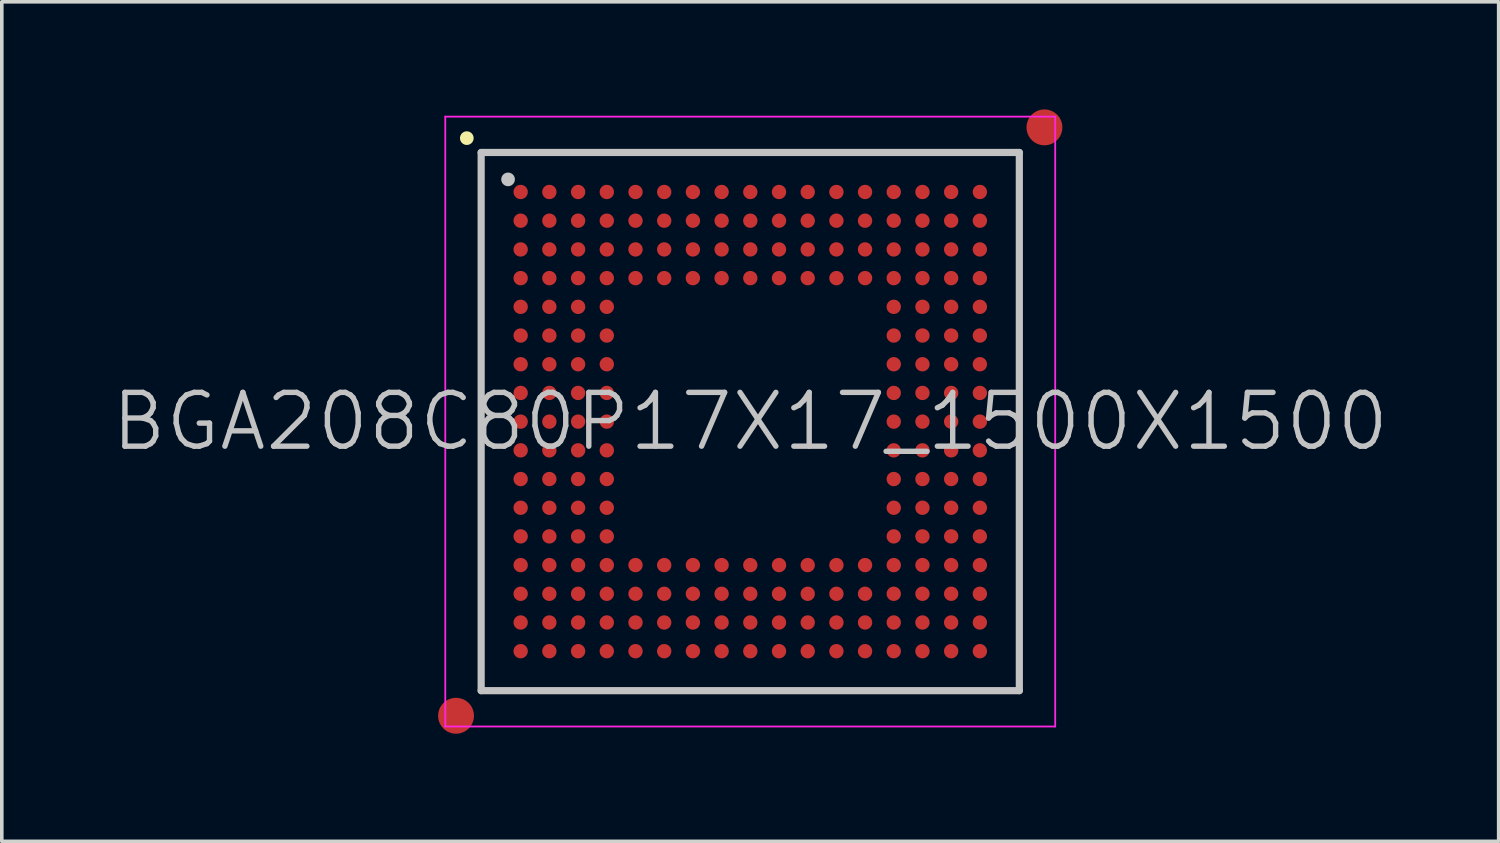
<source format=kicad_pcb>
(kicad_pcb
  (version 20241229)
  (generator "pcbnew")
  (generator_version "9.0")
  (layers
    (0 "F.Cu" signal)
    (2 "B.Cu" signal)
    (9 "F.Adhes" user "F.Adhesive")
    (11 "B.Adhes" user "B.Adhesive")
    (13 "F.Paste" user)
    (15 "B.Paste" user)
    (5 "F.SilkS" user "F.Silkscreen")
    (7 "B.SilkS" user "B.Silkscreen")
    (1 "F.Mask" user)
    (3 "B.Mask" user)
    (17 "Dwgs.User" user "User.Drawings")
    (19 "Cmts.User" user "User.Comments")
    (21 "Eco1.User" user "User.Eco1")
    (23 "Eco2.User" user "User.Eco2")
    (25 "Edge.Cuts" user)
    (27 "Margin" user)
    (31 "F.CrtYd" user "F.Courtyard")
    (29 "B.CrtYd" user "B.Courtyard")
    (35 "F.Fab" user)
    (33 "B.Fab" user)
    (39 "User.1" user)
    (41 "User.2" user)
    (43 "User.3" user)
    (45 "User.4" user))
  (footprint "BGA208C80P17X17_1500X1500"
    (layer "F.Cu")
    (at 17.861 8.7)
    (property "Reference" "BGA208C80P17X17_1500X1500" (at 0 0 0) (layer "Dwgs.User") (effects (font (size 1.5 1.5) (thickness 0.15))))
    (attr smd)
    (fp_line (start -7.9 -7.9) (end -7.9 -7.9) (stroke (width 0.381) (type solid)) (layer "F.SilkS"))
    (fp_line (start -7.5 -7.5) (end -7.5 7.5) (stroke (width 0.2) (type solid)) (layer "Dwgs.User"))
    (fp_line (start -7.5 -7.5) (end 7.5 -7.5) (stroke (width 0.2) (type solid)) (layer "Dwgs.User"))
    (fp_line (start -7.5 7.5) (end 7.5 7.5) (stroke (width 0.2) (type solid)) (layer "Dwgs.User"))
    (fp_line (start -6.75 -6.75) (end -6.75 -6.75) (stroke (width 0.381) (type solid)) (layer "Dwgs.User"))
    (fp_line (start 7.5 -7.5) (end 7.5 7.5) (stroke (width 0.2) (type solid)) (layer "Dwgs.User"))
    (fp_line (start -8.5 -8.5) (end -8.5 8.5) (stroke (width 0.05) (type solid)) (layer "F.CrtYd"))
    (fp_line (start -8.5 -8.5) (end 8.5 -8.5) (stroke (width 0.05) (type solid)) (layer "F.CrtYd"))
    (fp_line (start -8.5 8.5) (end 8.5 8.5) (stroke (width 0.05) (type solid)) (layer "F.CrtYd"))
    (fp_line (start 8.5 -8.5) (end 8.5 8.5) (stroke (width 0.05) (type solid)) (layer "F.CrtYd"))
    (pad "" smd circle (at -8.2 8.2) (size 1 1) (layers "F.Cu" "F.Mask"))
    (pad "" smd circle (at 8.2 -8.2) (size 1 1) (layers "F.Cu" "F.Mask"))
    (pad "A1" smd circle (at -6.399 -6.399) (size 0.4 0.4) (layers "F.Cu" "F.Mask" "F.Paste"))
    (pad "A2" smd circle (at -5.599 -6.399) (size 0.4 0.4) (layers "F.Cu" "F.Mask" "F.Paste"))
    (pad "A3" smd circle (at -4.798 -6.399) (size 0.4 0.4) (layers "F.Cu" "F.Mask" "F.Paste"))
    (pad "A4" smd circle (at -3.998 -6.399) (size 0.4 0.4) (layers "F.Cu" "F.Mask" "F.Paste"))
    (pad "A5" smd circle (at -3.198 -6.399) (size 0.4 0.4) (layers "F.Cu" "F.Mask" "F.Paste"))
    (pad "A6" smd circle (at -2.398 -6.399) (size 0.4 0.4) (layers "F.Cu" "F.Mask" "F.Paste"))
    (pad "A7" smd circle (at -1.598 -6.399) (size 0.4 0.4) (layers "F.Cu" "F.Mask" "F.Paste"))
    (pad "A8" smd circle (at -0.798 -6.399) (size 0.4 0.4) (layers "F.Cu" "F.Mask" "F.Paste"))
    (pad "A9" smd circle (at 0.002 -6.399) (size 0.4 0.4) (layers "F.Cu" "F.Mask" "F.Paste"))
    (pad "A10" smd circle (at 0.802 -6.399) (size 0.4 0.4) (layers "F.Cu" "F.Mask" "F.Paste"))
    (pad "A11" smd circle (at 1.602 -6.399) (size 0.4 0.4) (layers "F.Cu" "F.Mask" "F.Paste"))
    (pad "A12" smd circle (at 2.402 -6.399) (size 0.4 0.4) (layers "F.Cu" "F.Mask" "F.Paste"))
    (pad "A13" smd circle (at 3.2 -6.399) (size 0.4 0.4) (layers "F.Cu" "F.Mask" "F.Paste"))
    (pad "A14" smd circle (at 4 -6.399) (size 0.4 0.4) (layers "F.Cu" "F.Mask" "F.Paste"))
    (pad "A15" smd circle (at 4.8 -6.399) (size 0.4 0.4) (layers "F.Cu" "F.Mask" "F.Paste"))
    (pad "A16" smd circle (at 5.6 -6.399) (size 0.4 0.4) (layers "F.Cu" "F.Mask" "F.Paste"))
    (pad "A17" smd circle (at 6.4 -6.399) (size 0.4 0.4) (layers "F.Cu" "F.Mask" "F.Paste"))
    (pad "B1" smd circle (at -6.399 -5.599) (size 0.4 0.4) (layers "F.Cu" "F.Mask" "F.Paste"))
    (pad "B2" smd circle (at -5.599 -5.599) (size 0.4 0.4) (layers "F.Cu" "F.Mask" "F.Paste"))
    (pad "B3" smd circle (at -4.798 -5.599) (size 0.4 0.4) (layers "F.Cu" "F.Mask" "F.Paste"))
    (pad "B4" smd circle (at -3.998 -5.599) (size 0.4 0.4) (layers "F.Cu" "F.Mask" "F.Paste"))
    (pad "B5" smd circle (at -3.198 -5.599) (size 0.4 0.4) (layers "F.Cu" "F.Mask" "F.Paste"))
    (pad "B6" smd circle (at -2.398 -5.599) (size 0.4 0.4) (layers "F.Cu" "F.Mask" "F.Paste"))
    (pad "B7" smd circle (at -1.598 -5.599) (size 0.4 0.4) (layers "F.Cu" "F.Mask" "F.Paste"))
    (pad "B8" smd circle (at -0.798 -5.599) (size 0.4 0.4) (layers "F.Cu" "F.Mask" "F.Paste"))
    (pad "B9" smd circle (at 0.002 -5.599) (size 0.4 0.4) (layers "F.Cu" "F.Mask" "F.Paste"))
    (pad "B10" smd circle (at 0.802 -5.599) (size 0.4 0.4) (layers "F.Cu" "F.Mask" "F.Paste"))
    (pad "B11" smd circle (at 1.602 -5.599) (size 0.4 0.4) (layers "F.Cu" "F.Mask" "F.Paste"))
    (pad "B12" smd circle (at 2.402 -5.599) (size 0.4 0.4) (layers "F.Cu" "F.Mask" "F.Paste"))
    (pad "B13" smd circle (at 3.2 -5.599) (size 0.4 0.4) (layers "F.Cu" "F.Mask" "F.Paste"))
    (pad "B14" smd circle (at 4 -5.599) (size 0.4 0.4) (layers "F.Cu" "F.Mask" "F.Paste"))
    (pad "B15" smd circle (at 4.8 -5.599) (size 0.4 0.4) (layers "F.Cu" "F.Mask" "F.Paste"))
    (pad "B16" smd circle (at 5.6 -5.599) (size 0.4 0.4) (layers "F.Cu" "F.Mask" "F.Paste"))
    (pad "B17" smd circle (at 6.4 -5.599) (size 0.4 0.4) (layers "F.Cu" "F.Mask" "F.Paste"))
    (pad "C1" smd circle (at -6.399 -4.798) (size 0.4 0.4) (layers "F.Cu" "F.Mask" "F.Paste"))
    (pad "C2" smd circle (at -5.599 -4.798) (size 0.4 0.4) (layers "F.Cu" "F.Mask" "F.Paste"))
    (pad "C3" smd circle (at -4.798 -4.798) (size 0.4 0.4) (layers "F.Cu" "F.Mask" "F.Paste"))
    (pad "C4" smd circle (at -3.998 -4.798) (size 0.4 0.4) (layers "F.Cu" "F.Mask" "F.Paste"))
    (pad "C5" smd circle (at -3.198 -4.798) (size 0.4 0.4) (layers "F.Cu" "F.Mask" "F.Paste"))
    (pad "C6" smd circle (at -2.398 -4.798) (size 0.4 0.4) (layers "F.Cu" "F.Mask" "F.Paste"))
    (pad "C7" smd circle (at -1.598 -4.798) (size 0.4 0.4) (layers "F.Cu" "F.Mask" "F.Paste"))
    (pad "C8" smd circle (at -0.798 -4.798) (size 0.4 0.4) (layers "F.Cu" "F.Mask" "F.Paste"))
    (pad "C9" smd circle (at 0.002 -4.798) (size 0.4 0.4) (layers "F.Cu" "F.Mask" "F.Paste"))
    (pad "C10" smd circle (at 0.802 -4.798) (size 0.4 0.4) (layers "F.Cu" "F.Mask" "F.Paste"))
    (pad "C11" smd circle (at 1.602 -4.798) (size 0.4 0.4) (layers "F.Cu" "F.Mask" "F.Paste"))
    (pad "C12" smd circle (at 2.402 -4.798) (size 0.4 0.4) (layers "F.Cu" "F.Mask" "F.Paste"))
    (pad "C13" smd circle (at 3.2 -4.798) (size 0.4 0.4) (layers "F.Cu" "F.Mask" "F.Paste"))
    (pad "C14" smd circle (at 4 -4.798) (size 0.4 0.4) (layers "F.Cu" "F.Mask" "F.Paste"))
    (pad "C15" smd circle (at 4.8 -4.798) (size 0.4 0.4) (layers "F.Cu" "F.Mask" "F.Paste"))
    (pad "C16" smd circle (at 5.6 -4.798) (size 0.4 0.4) (layers "F.Cu" "F.Mask" "F.Paste"))
    (pad "C17" smd circle (at 6.4 -4.798) (size 0.4 0.4) (layers "F.Cu" "F.Mask" "F.Paste"))
    (pad "D1" smd circle (at -6.399 -3.998) (size 0.4 0.4) (layers "F.Cu" "F.Mask" "F.Paste"))
    (pad "D2" smd circle (at -5.599 -3.998) (size 0.4 0.4) (layers "F.Cu" "F.Mask" "F.Paste"))
    (pad "D3" smd circle (at -4.798 -3.998) (size 0.4 0.4) (layers "F.Cu" "F.Mask" "F.Paste"))
    (pad "D4" smd circle (at -3.998 -3.998) (size 0.4 0.4) (layers "F.Cu" "F.Mask" "F.Paste"))
    (pad "D5" smd circle (at -3.198 -3.998) (size 0.4 0.4) (layers "F.Cu" "F.Mask" "F.Paste"))
    (pad "D6" smd circle (at -2.398 -3.998) (size 0.4 0.4) (layers "F.Cu" "F.Mask" "F.Paste"))
    (pad "D7" smd circle (at -1.598 -3.998) (size 0.4 0.4) (layers "F.Cu" "F.Mask" "F.Paste"))
    (pad "D8" smd circle (at -0.798 -3.998) (size 0.4 0.4) (layers "F.Cu" "F.Mask" "F.Paste"))
    (pad "D9" smd circle (at 0.002 -3.998) (size 0.4 0.4) (layers "F.Cu" "F.Mask" "F.Paste"))
    (pad "D10" smd circle (at 0.802 -3.998) (size 0.4 0.4) (layers "F.Cu" "F.Mask" "F.Paste"))
    (pad "D11" smd circle (at 1.602 -3.998) (size 0.4 0.4) (layers "F.Cu" "F.Mask" "F.Paste"))
    (pad "D12" smd circle (at 2.402 -3.998) (size 0.4 0.4) (layers "F.Cu" "F.Mask" "F.Paste"))
    (pad "D13" smd circle (at 3.2 -3.998) (size 0.4 0.4) (layers "F.Cu" "F.Mask" "F.Paste"))
    (pad "D14" smd circle (at 4 -3.998) (size 0.4 0.4) (layers "F.Cu" "F.Mask" "F.Paste"))
    (pad "D15" smd circle (at 4.8 -3.998) (size 0.4 0.4) (layers "F.Cu" "F.Mask" "F.Paste"))
    (pad "D16" smd circle (at 5.6 -3.998) (size 0.4 0.4) (layers "F.Cu" "F.Mask" "F.Paste"))
    (pad "D17" smd circle (at 6.4 -3.998) (size 0.4 0.4) (layers "F.Cu" "F.Mask" "F.Paste"))
    (pad "E1" smd circle (at -6.399 -3.198) (size 0.4 0.4) (layers "F.Cu" "F.Mask" "F.Paste"))
    (pad "E2" smd circle (at -5.599 -3.198) (size 0.4 0.4) (layers "F.Cu" "F.Mask" "F.Paste"))
    (pad "E3" smd circle (at -4.798 -3.198) (size 0.4 0.4) (layers "F.Cu" "F.Mask" "F.Paste"))
    (pad "E4" smd circle (at -3.998 -3.198) (size 0.4 0.4) (layers "F.Cu" "F.Mask" "F.Paste"))
    (pad "E14" smd circle (at 4 -3.198) (size 0.4 0.4) (layers "F.Cu" "F.Mask" "F.Paste"))
    (pad "E15" smd circle (at 4.8 -3.198) (size 0.4 0.4) (layers "F.Cu" "F.Mask" "F.Paste"))
    (pad "E16" smd circle (at 5.6 -3.198) (size 0.4 0.4) (layers "F.Cu" "F.Mask" "F.Paste"))
    (pad "E17" smd circle (at 6.4 -3.198) (size 0.4 0.4) (layers "F.Cu" "F.Mask" "F.Paste"))
    (pad "F1" smd circle (at -6.399 -2.398) (size 0.4 0.4) (layers "F.Cu" "F.Mask" "F.Paste"))
    (pad "F2" smd circle (at -5.599 -2.398) (size 0.4 0.4) (layers "F.Cu" "F.Mask" "F.Paste"))
    (pad "F3" smd circle (at -4.798 -2.398) (size 0.4 0.4) (layers "F.Cu" "F.Mask" "F.Paste"))
    (pad "F4" smd circle (at -3.998 -2.398) (size 0.4 0.4) (layers "F.Cu" "F.Mask" "F.Paste"))
    (pad "F14" smd circle (at 4 -2.398) (size 0.4 0.4) (layers "F.Cu" "F.Mask" "F.Paste"))
    (pad "F15" smd circle (at 4.8 -2.398) (size 0.4 0.4) (layers "F.Cu" "F.Mask" "F.Paste"))
    (pad "F16" smd circle (at 5.6 -2.398) (size 0.4 0.4) (layers "F.Cu" "F.Mask" "F.Paste"))
    (pad "F17" smd circle (at 6.4 -2.398) (size 0.4 0.4) (layers "F.Cu" "F.Mask" "F.Paste"))
    (pad "G1" smd circle (at -6.399 -1.598) (size 0.4 0.4) (layers "F.Cu" "F.Mask" "F.Paste"))
    (pad "G2" smd circle (at -5.599 -1.598) (size 0.4 0.4) (layers "F.Cu" "F.Mask" "F.Paste"))
    (pad "G3" smd circle (at -4.798 -1.598) (size 0.4 0.4) (layers "F.Cu" "F.Mask" "F.Paste"))
    (pad "G4" smd circle (at -3.998 -1.598) (size 0.4 0.4) (layers "F.Cu" "F.Mask" "F.Paste"))
    (pad "G14" smd circle (at 4 -1.598) (size 0.4 0.4) (layers "F.Cu" "F.Mask" "F.Paste"))
    (pad "G15" smd circle (at 4.8 -1.598) (size 0.4 0.4) (layers "F.Cu" "F.Mask" "F.Paste"))
    (pad "G16" smd circle (at 5.6 -1.598) (size 0.4 0.4) (layers "F.Cu" "F.Mask" "F.Paste"))
    (pad "G17" smd circle (at 6.4 -1.598) (size 0.4 0.4) (layers "F.Cu" "F.Mask" "F.Paste"))
    (pad "H1" smd circle (at -6.399 -0.798) (size 0.4 0.4) (layers "F.Cu" "F.Mask" "F.Paste"))
    (pad "H2" smd circle (at -5.599 -0.798) (size 0.4 0.4) (layers "F.Cu" "F.Mask" "F.Paste"))
    (pad "H3" smd circle (at -4.798 -0.798) (size 0.4 0.4) (layers "F.Cu" "F.Mask" "F.Paste"))
    (pad "H4" smd circle (at -3.998 -0.798) (size 0.4 0.4) (layers "F.Cu" "F.Mask" "F.Paste"))
    (pad "H14" smd circle (at 4 -0.798) (size 0.4 0.4) (layers "F.Cu" "F.Mask" "F.Paste"))
    (pad "H15" smd circle (at 4.8 -0.798) (size 0.4 0.4) (layers "F.Cu" "F.Mask" "F.Paste"))
    (pad "H16" smd circle (at 5.6 -0.798) (size 0.4 0.4) (layers "F.Cu" "F.Mask" "F.Paste"))
    (pad "H17" smd circle (at 6.4 -0.798) (size 0.4 0.4) (layers "F.Cu" "F.Mask" "F.Paste"))
    (pad "J1" smd circle (at -6.399 0.002) (size 0.4 0.4) (layers "F.Cu" "F.Mask" "F.Paste"))
    (pad "J2" smd circle (at -5.599 0.002) (size 0.4 0.4) (layers "F.Cu" "F.Mask" "F.Paste"))
    (pad "J3" smd circle (at -4.798 0.002) (size 0.4 0.4) (layers "F.Cu" "F.Mask" "F.Paste"))
    (pad "J4" smd circle (at -3.998 0.002) (size 0.4 0.4) (layers "F.Cu" "F.Mask" "F.Paste"))
    (pad "J14" smd circle (at 4 0.002) (size 0.4 0.4) (layers "F.Cu" "F.Mask" "F.Paste"))
    (pad "J15" smd circle (at 4.8 0.002) (size 0.4 0.4) (layers "F.Cu" "F.Mask" "F.Paste"))
    (pad "J16" smd circle (at 5.6 0.002) (size 0.4 0.4) (layers "F.Cu" "F.Mask" "F.Paste"))
    (pad "J17" smd circle (at 6.4 0.002) (size 0.4 0.4) (layers "F.Cu" "F.Mask" "F.Paste"))
    (pad "K1" smd circle (at -6.399 0.802) (size 0.4 0.4) (layers "F.Cu" "F.Mask" "F.Paste"))
    (pad "K2" smd circle (at -5.599 0.802) (size 0.4 0.4) (layers "F.Cu" "F.Mask" "F.Paste"))
    (pad "K3" smd circle (at -4.798 0.802) (size 0.4 0.4) (layers "F.Cu" "F.Mask" "F.Paste"))
    (pad "K4" smd circle (at -3.998 0.802) (size 0.4 0.4) (layers "F.Cu" "F.Mask" "F.Paste"))
    (pad "K14" smd circle (at 4 0.802) (size 0.4 0.4) (layers "F.Cu" "F.Mask" "F.Paste"))
    (pad "K15" smd circle (at 4.8 0.802) (size 0.4 0.4) (layers "F.Cu" "F.Mask" "F.Paste"))
    (pad "K16" smd circle (at 5.6 0.802) (size 0.4 0.4) (layers "F.Cu" "F.Mask" "F.Paste"))
    (pad "K17" smd circle (at 6.4 0.802) (size 0.4 0.4) (layers "F.Cu" "F.Mask" "F.Paste"))
    (pad "L1" smd circle (at -6.399 1.602) (size 0.4 0.4) (layers "F.Cu" "F.Mask" "F.Paste"))
    (pad "L2" smd circle (at -5.599 1.602) (size 0.4 0.4) (layers "F.Cu" "F.Mask" "F.Paste"))
    (pad "L3" smd circle (at -4.798 1.602) (size 0.4 0.4) (layers "F.Cu" "F.Mask" "F.Paste"))
    (pad "L4" smd circle (at -3.998 1.602) (size 0.4 0.4) (layers "F.Cu" "F.Mask" "F.Paste"))
    (pad "L14" smd circle (at 4 1.602) (size 0.4 0.4) (layers "F.Cu" "F.Mask" "F.Paste"))
    (pad "L15" smd circle (at 4.8 1.602) (size 0.4 0.4) (layers "F.Cu" "F.Mask" "F.Paste"))
    (pad "L16" smd circle (at 5.6 1.602) (size 0.4 0.4) (layers "F.Cu" "F.Mask" "F.Paste"))
    (pad "L17" smd circle (at 6.4 1.602) (size 0.4 0.4) (layers "F.Cu" "F.Mask" "F.Paste"))
    (pad "M1" smd circle (at -6.399 2.402) (size 0.4 0.4) (layers "F.Cu" "F.Mask" "F.Paste"))
    (pad "M2" smd circle (at -5.599 2.402) (size 0.4 0.4) (layers "F.Cu" "F.Mask" "F.Paste"))
    (pad "M3" smd circle (at -4.798 2.402) (size 0.4 0.4) (layers "F.Cu" "F.Mask" "F.Paste"))
    (pad "M4" smd circle (at -3.998 2.402) (size 0.4 0.4) (layers "F.Cu" "F.Mask" "F.Paste"))
    (pad "M14" smd circle (at 4 2.402) (size 0.4 0.4) (layers "F.Cu" "F.Mask" "F.Paste"))
    (pad "M15" smd circle (at 4.8 2.402) (size 0.4 0.4) (layers "F.Cu" "F.Mask" "F.Paste"))
    (pad "M16" smd circle (at 5.6 2.402) (size 0.4 0.4) (layers "F.Cu" "F.Mask" "F.Paste"))
    (pad "M17" smd circle (at 6.4 2.402) (size 0.4 0.4) (layers "F.Cu" "F.Mask" "F.Paste"))
    (pad "N1" smd circle (at -6.399 3.2) (size 0.4 0.4) (layers "F.Cu" "F.Mask" "F.Paste"))
    (pad "N2" smd circle (at -5.599 3.2) (size 0.4 0.4) (layers "F.Cu" "F.Mask" "F.Paste"))
    (pad "N3" smd circle (at -4.798 3.2) (size 0.4 0.4) (layers "F.Cu" "F.Mask" "F.Paste"))
    (pad "N4" smd circle (at -3.998 3.2) (size 0.4 0.4) (layers "F.Cu" "F.Mask" "F.Paste"))
    (pad "N14" smd circle (at 4 3.2) (size 0.4 0.4) (layers "F.Cu" "F.Mask" "F.Paste"))
    (pad "N15" smd circle (at 4.8 3.2) (size 0.4 0.4) (layers "F.Cu" "F.Mask" "F.Paste"))
    (pad "N16" smd circle (at 5.6 3.2) (size 0.4 0.4) (layers "F.Cu" "F.Mask" "F.Paste"))
    (pad "N17" smd circle (at 6.4 3.2) (size 0.4 0.4) (layers "F.Cu" "F.Mask" "F.Paste"))
    (pad "P1" smd circle (at -6.399 4) (size 0.4 0.4) (layers "F.Cu" "F.Mask" "F.Paste"))
    (pad "P2" smd circle (at -5.599 4) (size 0.4 0.4) (layers "F.Cu" "F.Mask" "F.Paste"))
    (pad "P3" smd circle (at -4.798 4) (size 0.4 0.4) (layers "F.Cu" "F.Mask" "F.Paste"))
    (pad "P4" smd circle (at -3.998 4) (size 0.4 0.4) (layers "F.Cu" "F.Mask" "F.Paste"))
    (pad "P5" smd circle (at -3.198 4) (size 0.4 0.4) (layers "F.Cu" "F.Mask" "F.Paste"))
    (pad "P6" smd circle (at -2.398 4) (size 0.4 0.4) (layers "F.Cu" "F.Mask" "F.Paste"))
    (pad "P7" smd circle (at -1.598 4) (size 0.4 0.4) (layers "F.Cu" "F.Mask" "F.Paste"))
    (pad "P8" smd circle (at -0.798 4) (size 0.4 0.4) (layers "F.Cu" "F.Mask" "F.Paste"))
    (pad "P9" smd circle (at 0.002 4) (size 0.4 0.4) (layers "F.Cu" "F.Mask" "F.Paste"))
    (pad "P10" smd circle (at 0.802 4) (size 0.4 0.4) (layers "F.Cu" "F.Mask" "F.Paste"))
    (pad "P11" smd circle (at 1.602 4) (size 0.4 0.4) (layers "F.Cu" "F.Mask" "F.Paste"))
    (pad "P12" smd circle (at 2.402 4) (size 0.4 0.4) (layers "F.Cu" "F.Mask" "F.Paste"))
    (pad "P13" smd circle (at 3.2 4) (size 0.4 0.4) (layers "F.Cu" "F.Mask" "F.Paste"))
    (pad "P14" smd circle (at 4 4) (size 0.4 0.4) (layers "F.Cu" "F.Mask" "F.Paste"))
    (pad "P15" smd circle (at 4.8 4) (size 0.4 0.4) (layers "F.Cu" "F.Mask" "F.Paste"))
    (pad "P16" smd circle (at 5.6 4) (size 0.4 0.4) (layers "F.Cu" "F.Mask" "F.Paste"))
    (pad "P17" smd circle (at 6.4 4) (size 0.4 0.4) (layers "F.Cu" "F.Mask" "F.Paste"))
    (pad "R1" smd circle (at -6.399 4.8) (size 0.4 0.4) (layers "F.Cu" "F.Mask" "F.Paste"))
    (pad "R2" smd circle (at -5.599 4.8) (size 0.4 0.4) (layers "F.Cu" "F.Mask" "F.Paste"))
    (pad "R3" smd circle (at -4.798 4.8) (size 0.4 0.4) (layers "F.Cu" "F.Mask" "F.Paste"))
    (pad "R4" smd circle (at -3.998 4.8) (size 0.4 0.4) (layers "F.Cu" "F.Mask" "F.Paste"))
    (pad "R5" smd circle (at -3.198 4.8) (size 0.4 0.4) (layers "F.Cu" "F.Mask" "F.Paste"))
    (pad "R6" smd circle (at -2.398 4.8) (size 0.4 0.4) (layers "F.Cu" "F.Mask" "F.Paste"))
    (pad "R7" smd circle (at -1.598 4.8) (size 0.4 0.4) (layers "F.Cu" "F.Mask" "F.Paste"))
    (pad "R8" smd circle (at -0.798 4.8) (size 0.4 0.4) (layers "F.Cu" "F.Mask" "F.Paste"))
    (pad "R9" smd circle (at 0.002 4.8) (size 0.4 0.4) (layers "F.Cu" "F.Mask" "F.Paste"))
    (pad "R10" smd circle (at 0.802 4.8) (size 0.4 0.4) (layers "F.Cu" "F.Mask" "F.Paste"))
    (pad "R11" smd circle (at 1.602 4.8) (size 0.4 0.4) (layers "F.Cu" "F.Mask" "F.Paste"))
    (pad "R12" smd circle (at 2.402 4.8) (size 0.4 0.4) (layers "F.Cu" "F.Mask" "F.Paste"))
    (pad "R13" smd circle (at 3.2 4.8) (size 0.4 0.4) (layers "F.Cu" "F.Mask" "F.Paste"))
    (pad "R14" smd circle (at 4 4.8) (size 0.4 0.4) (layers "F.Cu" "F.Mask" "F.Paste"))
    (pad "R15" smd circle (at 4.8 4.8) (size 0.4 0.4) (layers "F.Cu" "F.Mask" "F.Paste"))
    (pad "R16" smd circle (at 5.6 4.8) (size 0.4 0.4) (layers "F.Cu" "F.Mask" "F.Paste"))
    (pad "R17" smd circle (at 6.4 4.8) (size 0.4 0.4) (layers "F.Cu" "F.Mask" "F.Paste"))
    (pad "T1" smd circle (at -6.399 5.6) (size 0.4 0.4) (layers "F.Cu" "F.Mask" "F.Paste"))
    (pad "T2" smd circle (at -5.599 5.6) (size 0.4 0.4) (layers "F.Cu" "F.Mask" "F.Paste"))
    (pad "T3" smd circle (at -4.798 5.6) (size 0.4 0.4) (layers "F.Cu" "F.Mask" "F.Paste"))
    (pad "T4" smd circle (at -3.998 5.6) (size 0.4 0.4) (layers "F.Cu" "F.Mask" "F.Paste"))
    (pad "T5" smd circle (at -3.198 5.6) (size 0.4 0.4) (layers "F.Cu" "F.Mask" "F.Paste"))
    (pad "T6" smd circle (at -2.398 5.6) (size 0.4 0.4) (layers "F.Cu" "F.Mask" "F.Paste"))
    (pad "T7" smd circle (at -1.598 5.6) (size 0.4 0.4) (layers "F.Cu" "F.Mask" "F.Paste"))
    (pad "T8" smd circle (at -0.798 5.6) (size 0.4 0.4) (layers "F.Cu" "F.Mask" "F.Paste"))
    (pad "T9" smd circle (at 0.002 5.6) (size 0.4 0.4) (layers "F.Cu" "F.Mask" "F.Paste"))
    (pad "T10" smd circle (at 0.802 5.6) (size 0.4 0.4) (layers "F.Cu" "F.Mask" "F.Paste"))
    (pad "T11" smd circle (at 1.602 5.6) (size 0.4 0.4) (layers "F.Cu" "F.Mask" "F.Paste"))
    (pad "T12" smd circle (at 2.402 5.6) (size 0.4 0.4) (layers "F.Cu" "F.Mask" "F.Paste"))
    (pad "T13" smd circle (at 3.2 5.6) (size 0.4 0.4) (layers "F.Cu" "F.Mask" "F.Paste"))
    (pad "T14" smd circle (at 4 5.6) (size 0.4 0.4) (layers "F.Cu" "F.Mask" "F.Paste"))
    (pad "T15" smd circle (at 4.8 5.6) (size 0.4 0.4) (layers "F.Cu" "F.Mask" "F.Paste"))
    (pad "T16" smd circle (at 5.6 5.6) (size 0.4 0.4) (layers "F.Cu" "F.Mask" "F.Paste"))
    (pad "T17" smd circle (at 6.4 5.6) (size 0.4 0.4) (layers "F.Cu" "F.Mask" "F.Paste"))
    (pad "U1" smd circle (at -6.399 6.4) (size 0.4 0.4) (layers "F.Cu" "F.Mask" "F.Paste"))
    (pad "U2" smd circle (at -5.599 6.4) (size 0.4 0.4) (layers "F.Cu" "F.Mask" "F.Paste"))
    (pad "U3" smd circle (at -4.798 6.4) (size 0.4 0.4) (layers "F.Cu" "F.Mask" "F.Paste"))
    (pad "U4" smd circle (at -3.998 6.4) (size 0.4 0.4) (layers "F.Cu" "F.Mask" "F.Paste"))
    (pad "U5" smd circle (at -3.198 6.4) (size 0.4 0.4) (layers "F.Cu" "F.Mask" "F.Paste"))
    (pad "U6" smd circle (at -2.398 6.4) (size 0.4 0.4) (layers "F.Cu" "F.Mask" "F.Paste"))
    (pad "U7" smd circle (at -1.598 6.4) (size 0.4 0.4) (layers "F.Cu" "F.Mask" "F.Paste"))
    (pad "U8" smd circle (at -0.798 6.4) (size 0.4 0.4) (layers "F.Cu" "F.Mask" "F.Paste"))
    (pad "U9" smd circle (at 0.002 6.4) (size 0.4 0.4) (layers "F.Cu" "F.Mask" "F.Paste"))
    (pad "U10" smd circle (at 0.802 6.4) (size 0.4 0.4) (layers "F.Cu" "F.Mask" "F.Paste"))
    (pad "U11" smd circle (at 1.602 6.4) (size 0.4 0.4) (layers "F.Cu" "F.Mask" "F.Paste"))
    (pad "U12" smd circle (at 2.402 6.4) (size 0.4 0.4) (layers "F.Cu" "F.Mask" "F.Paste"))
    (pad "U13" smd circle (at 3.2 6.4) (size 0.4 0.4) (layers "F.Cu" "F.Mask" "F.Paste"))
    (pad "U14" smd circle (at 4 6.4) (size 0.4 0.4) (layers "F.Cu" "F.Mask" "F.Paste"))
    (pad "U15" smd circle (at 4.8 6.4) (size 0.4 0.4) (layers "F.Cu" "F.Mask" "F.Paste"))
    (pad "U16" smd circle (at 5.6 6.4) (size 0.4 0.4) (layers "F.Cu" "F.Mask" "F.Paste"))
    (pad "U17" smd circle (at 6.4 6.4) (size 0.4 0.4) (layers "F.Cu" "F.Mask" "F.Paste")))
  (gr_rect
    (start -3 -3)
    (end 38.721 20.4)
    (stroke (width 0.1) (type default))
    (fill no)
    (layer "Edge.Cuts")))
</source>
